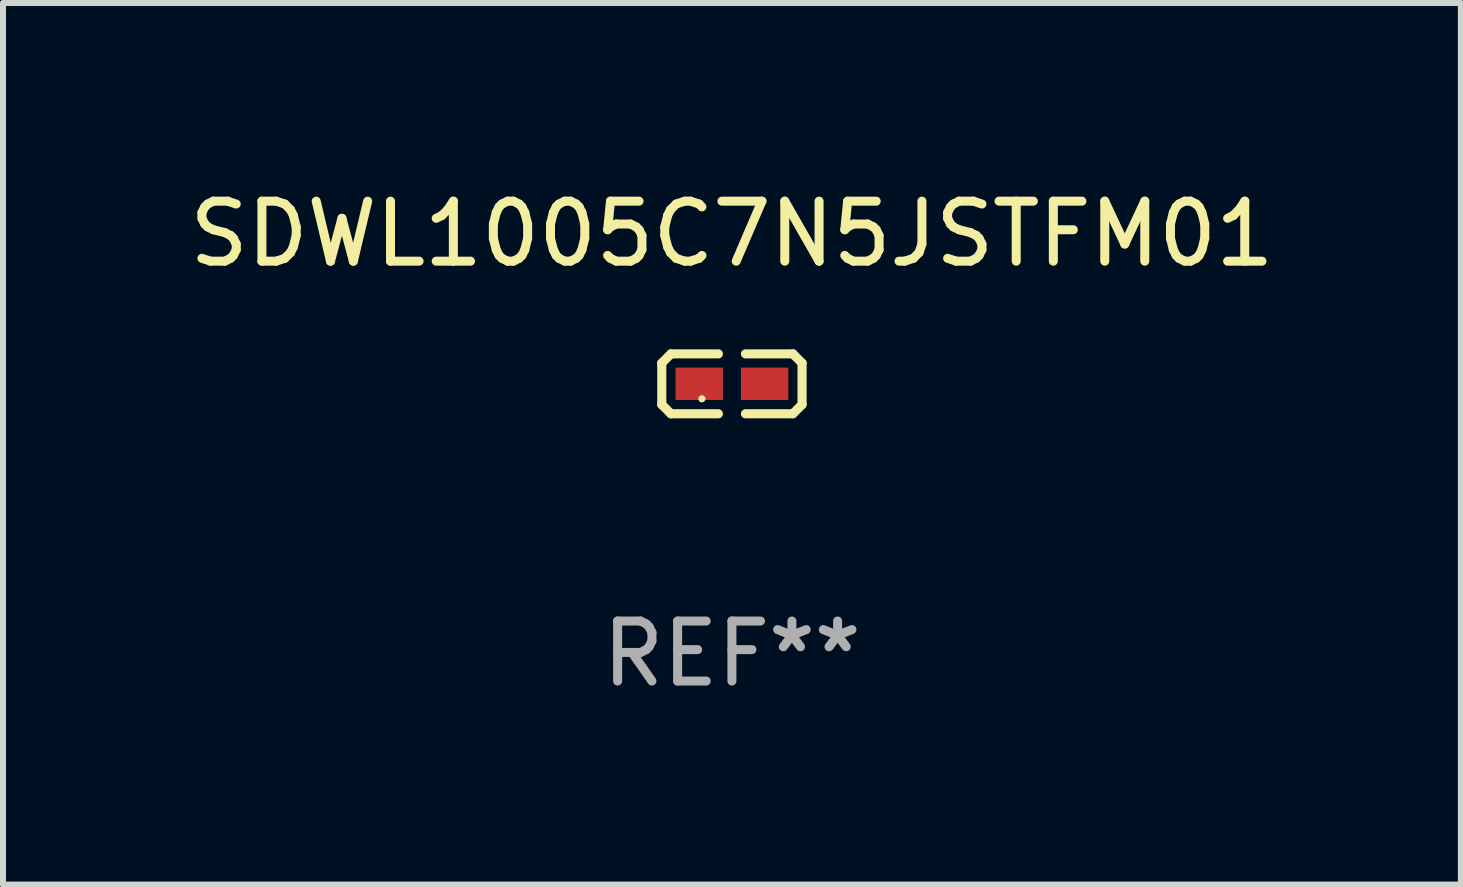
<source format=kicad_pcb>
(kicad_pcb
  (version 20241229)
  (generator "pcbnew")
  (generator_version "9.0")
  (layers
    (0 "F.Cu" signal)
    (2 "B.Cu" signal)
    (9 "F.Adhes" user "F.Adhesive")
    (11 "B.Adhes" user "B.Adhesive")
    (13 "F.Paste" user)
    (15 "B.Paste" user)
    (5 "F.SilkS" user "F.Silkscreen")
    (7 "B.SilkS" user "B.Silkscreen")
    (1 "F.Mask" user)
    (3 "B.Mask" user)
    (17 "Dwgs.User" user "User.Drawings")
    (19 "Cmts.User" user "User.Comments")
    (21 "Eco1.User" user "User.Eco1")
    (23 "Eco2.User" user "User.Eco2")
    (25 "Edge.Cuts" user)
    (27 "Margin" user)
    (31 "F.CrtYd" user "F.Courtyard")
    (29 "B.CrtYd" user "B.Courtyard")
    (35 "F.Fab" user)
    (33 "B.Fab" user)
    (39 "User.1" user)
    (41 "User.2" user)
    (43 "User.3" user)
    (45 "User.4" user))
  (footprint "SDWL1005C7N5JSTFM01"
    (layer "F.Cu")
    (at 9.149 3.347)
    (property "Reference" "SDWL1005C7N5JSTFM01" (at 0 -2.499 0) (layer "F.SilkS") (effects (font (size 1 1) (thickness 0.15))))
    (attr through_hole)
    (fp_line (start -1.169 -0.346) (end -1.016 -0.499) (stroke (width 0.152) (type solid)) (layer "F.SilkS"))
    (fp_line (start -1.169 0.346) (end -1.169 -0.346) (stroke (width 0.152) (type solid)) (layer "F.SilkS"))
    (fp_line (start -1.016 -0.499) (end -0.226 -0.499) (stroke (width 0.152) (type solid)) (layer "F.SilkS"))
    (fp_line (start -1.016 0.499) (end -1.169 0.346) (stroke (width 0.152) (type solid)) (layer "F.SilkS"))
    (fp_line (start -0.226 0.499) (end -1.016 0.499) (stroke (width 0.152) (type solid)) (layer "F.SilkS"))
    (fp_line (start 0.226 0.499) (end 1.016 0.499) (stroke (width 0.152) (type solid)) (layer "F.SilkS"))
    (fp_line (start 1.016 -0.499) (end 0.226 -0.499) (stroke (width 0.152) (type solid)) (layer "F.SilkS"))
    (fp_line (start 1.016 0.499) (end 1.169 0.346) (stroke (width 0.152) (type solid)) (layer "F.SilkS"))
    (fp_line (start 1.169 -0.346) (end 1.016 -0.499) (stroke (width 0.152) (type solid)) (layer "F.SilkS"))
    (fp_line (start 1.169 0.346) (end 1.169 -0.346) (stroke (width 0.152) (type solid)) (layer "F.SilkS"))
    (fp_circle (center -0.5 0.25) (end -0.47 0.25) (stroke (width 0.06) (type solid)) (fill no) (layer "F.SilkS"))
    (fp_text user "REF**" (at 0 4.499 0) (layer "F.Fab") (effects (font (size 1 1) (thickness 0.15))))
    (pad "1" smd rect (at -0.545 0) (size 0.79 0.54) (layers "F.Cu" "F.Mask" "F.Paste"))
    (pad "2" smd rect (at 0.545 0) (size 0.79 0.54) (layers "F.Cu" "F.Mask" "F.Paste")))
  (gr_rect
    (start -3 -3)
    (end 21.298 11.694)
    (stroke (width 0.1) (type default))
    (fill no)
    (layer "Edge.Cuts")))
</source>
